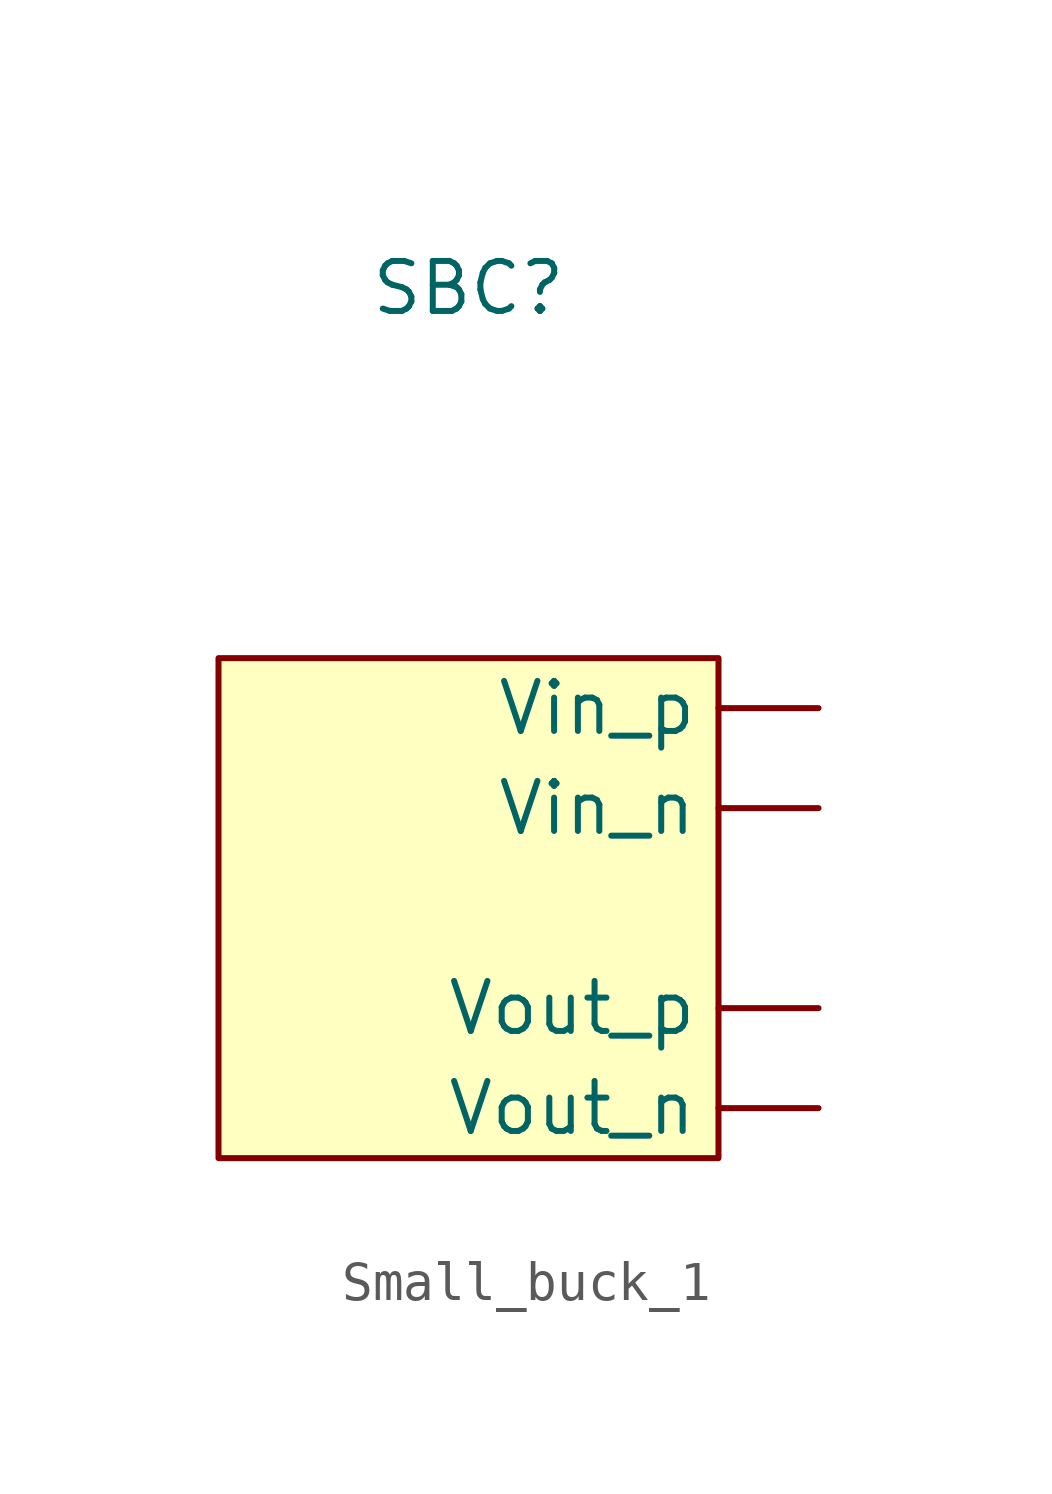
<source format=kicad_sym>
(kicad_symbol_lib
  (version 20241209)
  (generator "kicad_symbol_editor")
  (generator_version "9.0")
  (symbol "Small_buck_1"
    (property "Reference" "SBC"
      (at 0 15.748 0)
      (effects (font (size 1.27 1.27))))
    (property "Value" ""
      (at 0 0 0)
      (effects (font (size 1.27 1.27))))
    (symbol "Small_buck_1_1_1"
      (rectangle (start -6.35 6.35) (end 6.35 -6.35) (stroke (width 0) (type solid)) (fill (type background)))
      (pin power_in line (at 8.89 5.08 180) (length 2.54) (name "Vin_p" (effects (font (size 1.27 1.27)))) (number "" (effects (font (size 1.27 1.27)))))
      (pin power_in line (at 8.89 2.54 180) (length 2.54) (name "Vin_n" (effects (font (size 1.27 1.27)))) (number "" (effects (font (size 1.27 1.27)))))
      (pin power_out line (at 8.89 -2.54 180) (length 2.54) (name "Vout_p" (effects (font (size 1.27 1.27)))) (number "" (effects (font (size 1.27 1.27)))))
      (pin power_out line (at 8.89 -5.08 180) (length 2.54) (name "Vout_n" (effects (font (size 1.27 1.27)))) (number "" (effects (font (size 1.27 1.27))))))))
</source>
